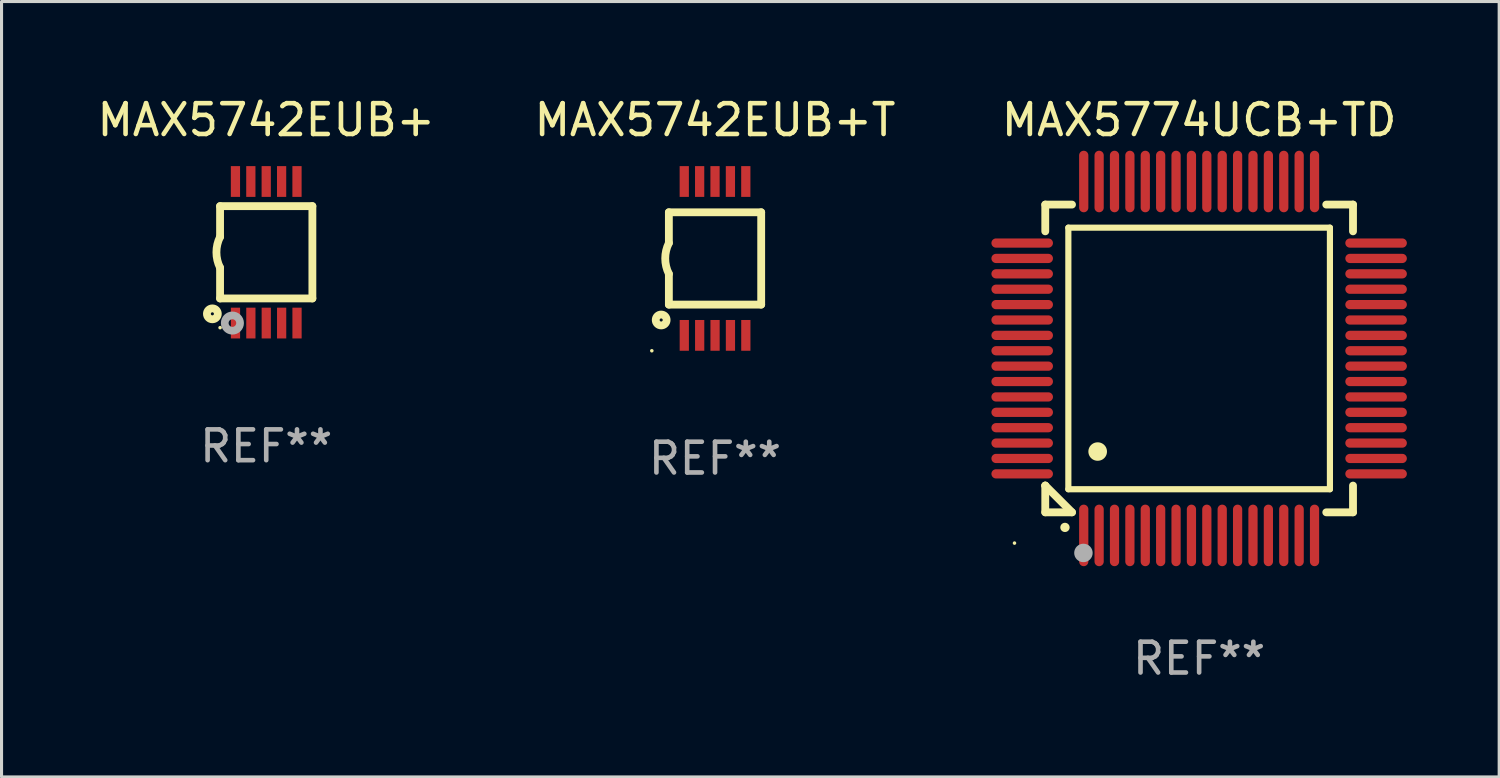
<source format=kicad_pcb>
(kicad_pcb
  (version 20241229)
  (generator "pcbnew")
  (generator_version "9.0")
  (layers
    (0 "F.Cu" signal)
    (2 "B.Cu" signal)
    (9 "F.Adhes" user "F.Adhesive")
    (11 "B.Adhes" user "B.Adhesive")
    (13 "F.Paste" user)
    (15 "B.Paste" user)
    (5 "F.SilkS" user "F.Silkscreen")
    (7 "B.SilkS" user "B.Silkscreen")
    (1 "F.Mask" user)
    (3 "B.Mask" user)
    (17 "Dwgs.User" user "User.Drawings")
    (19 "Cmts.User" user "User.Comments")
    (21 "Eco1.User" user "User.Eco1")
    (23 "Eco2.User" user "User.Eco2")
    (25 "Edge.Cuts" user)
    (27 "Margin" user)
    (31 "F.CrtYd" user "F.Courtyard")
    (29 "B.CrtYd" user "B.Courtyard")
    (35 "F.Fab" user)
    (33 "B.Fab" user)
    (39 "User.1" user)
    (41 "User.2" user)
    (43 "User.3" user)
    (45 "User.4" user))
  (footprint "MAX5742EUB+T"
    (layer "F.Cu")
    (at 20.185 5.348)
    (property "Reference" "MAX5742EUB+T" (at 0 -4.5 0) (layer "F.SilkS") (effects (font (size 1 1) (thickness 0.15))))
    (attr through_hole)
    (fp_line (start -1.5 -1.5) (end -1.5 -0.5) (stroke (width 0.254) (type solid)) (layer "F.SilkS"))
    (fp_line (start -1.5 1.5) (end -1.5 0.5) (stroke (width 0.254) (type solid)) (layer "F.SilkS"))
    (fp_line (start -1.5 1.5) (end 1.5 1.5) (stroke (width 0.254) (type solid)) (layer "F.SilkS"))
    (fp_line (start 1.5 1.5) (end 1.5 -1.5) (stroke (width 0.254) (type solid)) (layer "F.SilkS"))
    (fp_line (start 1.5 -1.5) (end -1.5 -1.5) (stroke (width 0.254) (type solid)) (layer "F.SilkS"))
    (fp_arc (start -1.500165 0.499873) (mid -1.618199 -0.000127) (end -1.500165 -0.500127) (stroke (width 0.254001) (type solid)) (layer "F.SilkS"))
    (fp_circle (center -2.054 3) (end -2.024 3) (stroke (width 0.06) (type solid)) (fill no) (layer "F.SilkS"))
    (fp_circle (center -1.75 2) (end -1.573 2) (stroke (width 0.254) (type solid)) (fill no) (layer "F.SilkS"))
    (fp_text user "REF**" (at 0 6.5 0) (layer "F.Fab") (effects (font (size 1 1) (thickness 0.15))))
    (pad "1" smd rect (at -0.999 2.5 180) (size 0.3 1) (layers "F.Cu" "F.Mask" "F.Paste"))
    (pad "2" smd rect (at -0.499 2.5 180) (size 0.3 1) (layers "F.Cu" "F.Mask" "F.Paste"))
    (pad "3" smd rect (at 0.001 2.5 180) (size 0.3 1) (layers "F.Cu" "F.Mask" "F.Paste"))
    (pad "4" smd rect (at 0.501 2.5 180) (size 0.3 1) (layers "F.Cu" "F.Mask" "F.Paste"))
    (pad "5" smd rect (at 1.001 2.5 180) (size 0.3 1) (layers "F.Cu" "F.Mask" "F.Paste"))
    (pad "6" smd rect (at 1 -2.5 180) (size 0.3 1) (layers "F.Cu" "F.Mask" "F.Paste"))
    (pad "7" smd rect (at 0.5 -2.5 180) (size 0.3 1) (layers "F.Cu" "F.Mask" "F.Paste"))
    (pad "8" smd rect (at -0.000165 -2.5 180) (size 0.3 1) (layers "F.Cu" "F.Mask" "F.Paste"))
    (pad "9" smd rect (at -0.5 -2.5 180) (size 0.3 1) (layers "F.Cu" "F.Mask" "F.Paste"))
    (pad "10" smd rect (at -1 -2.5 180) (size 0.3 1) (layers "F.Cu" "F.Mask" "F.Paste")))
  (footprint "MAX5774UCB+TD"
    (layer "F.Cu")
    (at 35.916 8.598)
    (property "Reference" "MAX5774UCB+TD" (at 0 -7.75 0) (layer "F.SilkS") (effects (font (size 1 1) (thickness 0.15))))
    (attr through_hole)
    (fp_line (start -5 -5) (end -4.131 -5) (stroke (width 0.254) (type solid)) (layer "F.SilkS"))
    (fp_line (start -5 -4.131) (end -5 -5) (stroke (width 0.254) (type solid)) (layer "F.SilkS"))
    (fp_line (start -5 4.131) (end -5 4.131) (stroke (width 0.254) (type solid)) (layer "F.SilkS"))
    (fp_line (start -5 5) (end -5 4.131) (stroke (width 0.254) (type solid)) (layer "F.SilkS"))
    (fp_line (start -5 4.131) (end -4.131 5) (stroke (width 0.254) (type solid)) (layer "F.SilkS"))
    (fp_line (start -4.25 -4.25) (end -4.25 4.25) (stroke (width 0.2) (type solid)) (layer "F.SilkS"))
    (fp_line (start -4.25 4.25) (end 4.25 4.25) (stroke (width 0.2) (type solid)) (layer "F.SilkS"))
    (fp_line (start -4.131 5) (end -5 5) (stroke (width 0.254) (type solid)) (layer "F.SilkS"))
    (fp_line (start 4.25 -4.25) (end -4.25 -4.25) (stroke (width 0.2) (type solid)) (layer "F.SilkS"))
    (fp_line (start 4.25 4.25) (end 4.25 -4.25) (stroke (width 0.2) (type solid)) (layer "F.SilkS"))
    (fp_line (start 5 -5) (end 4.131 -5) (stroke (width 0.254) (type solid)) (layer "F.SilkS"))
    (fp_line (start 5 -5) (end 5 -4.131) (stroke (width 0.254) (type solid)) (layer "F.SilkS"))
    (fp_line (start 5 4.131) (end 5 5) (stroke (width 0.254) (type solid)) (layer "F.SilkS"))
    (fp_line (start 5 5) (end 4.131 5) (stroke (width 0.254) (type solid)) (layer "F.SilkS"))
    (fp_arc (start -4.361265 5.489992) (mid -4.359995 5.489987) (end -4.358725 5.489992) (stroke (width 0.3) (type solid)) (layer "F.SilkS"))
    (fp_arc (start -3.299467 3.025146) (mid -3.296927 3.025135) (end -3.294387 3.025146) (stroke (width 0.6) (type solid)) (layer "F.SilkS"))
    (fp_circle (center -6 6) (end -5.97 6) (stroke (width 0.06) (type solid)) (fill no) (layer "F.SilkS"))
    (fp_circle (center -3.76 6.32) (end -3.61 6.32) (stroke (width 0.3) (type solid)) (fill no) (layer "F.Fab"))
    (fp_text user "REF**" (at 0 9.75 0) (layer "F.Fab") (effects (font (size 1 1) (thickness 0.15))))
    (pad "1" smd oval (at -3.75 5.75) (size 0.3 2) (layers "F.Cu" "F.Mask" "F.Paste"))
    (pad "2" smd oval (at -3.25 5.75) (size 0.3 2) (layers "F.Cu" "F.Mask" "F.Paste"))
    (pad "3" smd oval (at -2.75 5.75) (size 0.3 2) (layers "F.Cu" "F.Mask" "F.Paste"))
    (pad "4" smd oval (at -2.25 5.75) (size 0.3 2) (layers "F.Cu" "F.Mask" "F.Paste"))
    (pad "5" smd oval (at -1.75 5.75) (size 0.3 2) (layers "F.Cu" "F.Mask" "F.Paste"))
    (pad "6" smd oval (at -1.25 5.75) (size 0.3 2) (layers "F.Cu" "F.Mask" "F.Paste"))
    (pad "7" smd oval (at -0.75 5.75) (size 0.3 2) (layers "F.Cu" "F.Mask" "F.Paste"))
    (pad "8" smd oval (at -0.25 5.75) (size 0.3 2) (layers "F.Cu" "F.Mask" "F.Paste"))
    (pad "9" smd oval (at 0.25 5.75) (size 0.3 2) (layers "F.Cu" "F.Mask" "F.Paste"))
    (pad "10" smd oval (at 0.75 5.75) (size 0.3 2) (layers "F.Cu" "F.Mask" "F.Paste"))
    (pad "11" smd oval (at 1.25 5.75) (size 0.3 2) (layers "F.Cu" "F.Mask" "F.Paste"))
    (pad "12" smd oval (at 1.75 5.75) (size 0.3 2) (layers "F.Cu" "F.Mask" "F.Paste"))
    (pad "13" smd oval (at 2.25 5.75) (size 0.3 2) (layers "F.Cu" "F.Mask" "F.Paste"))
    (pad "14" smd oval (at 2.75 5.75) (size 0.3 2) (layers "F.Cu" "F.Mask" "F.Paste"))
    (pad "15" smd oval (at 3.25 5.75) (size 0.3 2) (layers "F.Cu" "F.Mask" "F.Paste"))
    (pad "16" smd oval (at 3.75 5.75) (size 0.3 2) (layers "F.Cu" "F.Mask" "F.Paste"))
    (pad "17" smd oval (at 5.75 3.75) (size 2 0.3) (layers "F.Cu" "F.Mask" "F.Paste"))
    (pad "18" smd oval (at 5.75 3.25) (size 2 0.3) (layers "F.Cu" "F.Mask" "F.Paste"))
    (pad "19" smd oval (at 5.75 2.75) (size 2 0.3) (layers "F.Cu" "F.Mask" "F.Paste"))
    (pad "20" smd oval (at 5.75 2.25) (size 2 0.3) (layers "F.Cu" "F.Mask" "F.Paste"))
    (pad "21" smd oval (at 5.75 1.75) (size 2 0.3) (layers "F.Cu" "F.Mask" "F.Paste"))
    (pad "22" smd oval (at 5.75 1.25) (size 2 0.3) (layers "F.Cu" "F.Mask" "F.Paste"))
    (pad "23" smd oval (at 5.75 0.75) (size 2 0.3) (layers "F.Cu" "F.Mask" "F.Paste"))
    (pad "24" smd oval (at 5.75 0.25) (size 2 0.3) (layers "F.Cu" "F.Mask" "F.Paste"))
    (pad "25" smd oval (at 5.75 -0.25) (size 2 0.3) (layers "F.Cu" "F.Mask" "F.Paste"))
    (pad "26" smd oval (at 5.75 -0.75) (size 2 0.3) (layers "F.Cu" "F.Mask" "F.Paste"))
    (pad "27" smd oval (at 5.75 -1.25) (size 2 0.3) (layers "F.Cu" "F.Mask" "F.Paste"))
    (pad "28" smd oval (at 5.75 -1.75) (size 2 0.3) (layers "F.Cu" "F.Mask" "F.Paste"))
    (pad "29" smd oval (at 5.75 -2.25) (size 2 0.3) (layers "F.Cu" "F.Mask" "F.Paste"))
    (pad "30" smd oval (at 5.75 -2.75) (size 2 0.3) (layers "F.Cu" "F.Mask" "F.Paste"))
    (pad "31" smd oval (at 5.75 -3.25) (size 2 0.3) (layers "F.Cu" "F.Mask" "F.Paste"))
    (pad "32" smd oval (at 5.75 -3.75) (size 2 0.3) (layers "F.Cu" "F.Mask" "F.Paste"))
    (pad "33" smd oval (at 3.75 -5.75) (size 0.3 2) (layers "F.Cu" "F.Mask" "F.Paste"))
    (pad "34" smd oval (at 3.25 -5.75) (size 0.3 2) (layers "F.Cu" "F.Mask" "F.Paste"))
    (pad "35" smd oval (at 2.75 -5.75) (size 0.3 2) (layers "F.Cu" "F.Mask" "F.Paste"))
    (pad "36" smd oval (at 2.25 -5.75) (size 0.3 2) (layers "F.Cu" "F.Mask" "F.Paste"))
    (pad "37" smd oval (at 1.75 -5.75) (size 0.3 2) (layers "F.Cu" "F.Mask" "F.Paste"))
    (pad "38" smd oval (at 1.25 -5.75) (size 0.3 2) (layers "F.Cu" "F.Mask" "F.Paste"))
    (pad "39" smd oval (at 0.75 -5.75) (size 0.3 2) (layers "F.Cu" "F.Mask" "F.Paste"))
    (pad "40" smd oval (at 0.25 -5.75) (size 0.3 2) (layers "F.Cu" "F.Mask" "F.Paste"))
    (pad "41" smd oval (at -0.25 -5.75) (size 0.3 2) (layers "F.Cu" "F.Mask" "F.Paste"))
    (pad "42" smd oval (at -0.75 -5.75) (size 0.3 2) (layers "F.Cu" "F.Mask" "F.Paste"))
    (pad "43" smd oval (at -1.25 -5.75) (size 0.3 2) (layers "F.Cu" "F.Mask" "F.Paste"))
    (pad "44" smd oval (at -1.75 -5.75) (size 0.3 2) (layers "F.Cu" "F.Mask" "F.Paste"))
    (pad "45" smd oval (at -2.25 -5.75) (size 0.3 2) (layers "F.Cu" "F.Mask" "F.Paste"))
    (pad "46" smd oval (at -2.75 -5.75) (size 0.3 2) (layers "F.Cu" "F.Mask" "F.Paste"))
    (pad "47" smd oval (at -3.25 -5.75) (size 0.3 2) (layers "F.Cu" "F.Mask" "F.Paste"))
    (pad "48" smd oval (at -3.75 -5.75) (size 0.3 2) (layers "F.Cu" "F.Mask" "F.Paste"))
    (pad "49" smd oval (at -5.75 -3.75) (size 2 0.3) (layers "F.Cu" "F.Mask" "F.Paste"))
    (pad "50" smd oval (at -5.75 -3.25) (size 2 0.3) (layers "F.Cu" "F.Mask" "F.Paste"))
    (pad "51" smd oval (at -5.75 -2.75) (size 2 0.3) (layers "F.Cu" "F.Mask" "F.Paste"))
    (pad "52" smd oval (at -5.75 -2.25) (size 2 0.3) (layers "F.Cu" "F.Mask" "F.Paste"))
    (pad "53" smd oval (at -5.75 -1.75) (size 2 0.3) (layers "F.Cu" "F.Mask" "F.Paste"))
    (pad "54" smd oval (at -5.75 -1.25) (size 2 0.3) (layers "F.Cu" "F.Mask" "F.Paste"))
    (pad "55" smd oval (at -5.75 -0.75) (size 2 0.3) (layers "F.Cu" "F.Mask" "F.Paste"))
    (pad "56" smd oval (at -5.75 -0.25) (size 2 0.3) (layers "F.Cu" "F.Mask" "F.Paste"))
    (pad "57" smd oval (at -5.75 0.25) (size 2 0.3) (layers "F.Cu" "F.Mask" "F.Paste"))
    (pad "58" smd oval (at -5.75 0.75) (size 2 0.3) (layers "F.Cu" "F.Mask" "F.Paste"))
    (pad "59" smd oval (at -5.75 1.25) (size 2 0.3) (layers "F.Cu" "F.Mask" "F.Paste"))
    (pad "60" smd oval (at -5.75 1.75) (size 2 0.3) (layers "F.Cu" "F.Mask" "F.Paste"))
    (pad "61" smd oval (at -5.75 2.25) (size 2 0.3) (layers "F.Cu" "F.Mask" "F.Paste"))
    (pad "62" smd oval (at -5.75 2.75) (size 2 0.3) (layers "F.Cu" "F.Mask" "F.Paste"))
    (pad "63" smd oval (at -5.75 3.25) (size 2 0.3) (layers "F.Cu" "F.Mask" "F.Paste"))
    (pad "64" smd oval (at -5.75 3.75) (size 2 0.3) (layers "F.Cu" "F.Mask" "F.Paste")))
  (footprint "MAX5742EUB+"
    (layer "F.Cu")
    (at 5.601 5.148)
    (property "Reference" "MAX5742EUB+" (at 0 -4.3 0) (layer "F.SilkS") (effects (font (size 1 1) (thickness 0.15))))
    (attr through_hole)
    (fp_line (start -1.5 -1.5) (end -1.5 -0.5) (stroke (width 0.254) (type solid)) (layer "F.SilkS"))
    (fp_line (start -1.5 1.5) (end -1.5 0.5) (stroke (width 0.254) (type solid)) (layer "F.SilkS"))
    (fp_line (start -1.5 1.5) (end 1.5 1.5) (stroke (width 0.254) (type solid)) (layer "F.SilkS"))
    (fp_line (start 1.5 1.5) (end 1.5 -1.5) (stroke (width 0.254) (type solid)) (layer "F.SilkS"))
    (fp_line (start 1.5 -1.5) (end -1.5 -1.5) (stroke (width 0.254) (type solid)) (layer "F.SilkS"))
    (fp_arc (start -1.500165 0.5) (mid -1.618199 0) (end -1.500165 -0.5) (stroke (width 0.254001) (type solid)) (layer "F.SilkS"))
    (fp_circle (center -1.75 2) (end -1.573 2) (stroke (width 0.254) (type solid)) (fill no) (layer "F.SilkS"))
    (fp_circle (center -1.499 2.45) (end -1.469 2.45) (stroke (width 0.06) (type solid)) (fill no) (layer "F.SilkS"))
    (fp_circle (center -1.099 2.3) (end -0.975 2.3) (stroke (width 0.25) (type solid)) (fill no) (layer "F.Fab"))
    (fp_text user "REF**" (at 0 6.3 0) (layer "F.Fab") (effects (font (size 1 1) (thickness 0.15))))
    (pad "1" smd rect (at -0.999 2.3 180) (size 0.3 1) (layers "F.Cu" "F.Mask" "F.Paste"))
    (pad "2" smd rect (at -0.499 2.3 180) (size 0.3 1) (layers "F.Cu" "F.Mask" "F.Paste"))
    (pad "3" smd rect (at 0.001 2.3 180) (size 0.3 1) (layers "F.Cu" "F.Mask" "F.Paste"))
    (pad "4" smd rect (at 0.501 2.3 180) (size 0.3 1) (layers "F.Cu" "F.Mask" "F.Paste"))
    (pad "5" smd rect (at 1.001 2.3 180) (size 0.3 1) (layers "F.Cu" "F.Mask" "F.Paste"))
    (pad "6" smd rect (at 1 -2.3 180) (size 0.3 1) (layers "F.Cu" "F.Mask" "F.Paste"))
    (pad "7" smd rect (at 0.5 -2.3 180) (size 0.3 1) (layers "F.Cu" "F.Mask" "F.Paste"))
    (pad "8" smd rect (at -0.000165 -2.3 180) (size 0.3 1) (layers "F.Cu" "F.Mask" "F.Paste"))
    (pad "9" smd rect (at -0.5 -2.3 180) (size 0.3 1) (layers "F.Cu" "F.Mask" "F.Paste"))
    (pad "10" smd rect (at -1 -2.3 180) (size 0.3 1) (layers "F.Cu" "F.Mask" "F.Paste")))
  (gr_rect
    (start -3 -3)
    (end 45.666 22.196)
    (stroke (width 0.1) (type default))
    (fill no)
    (layer "Edge.Cuts")))
</source>
